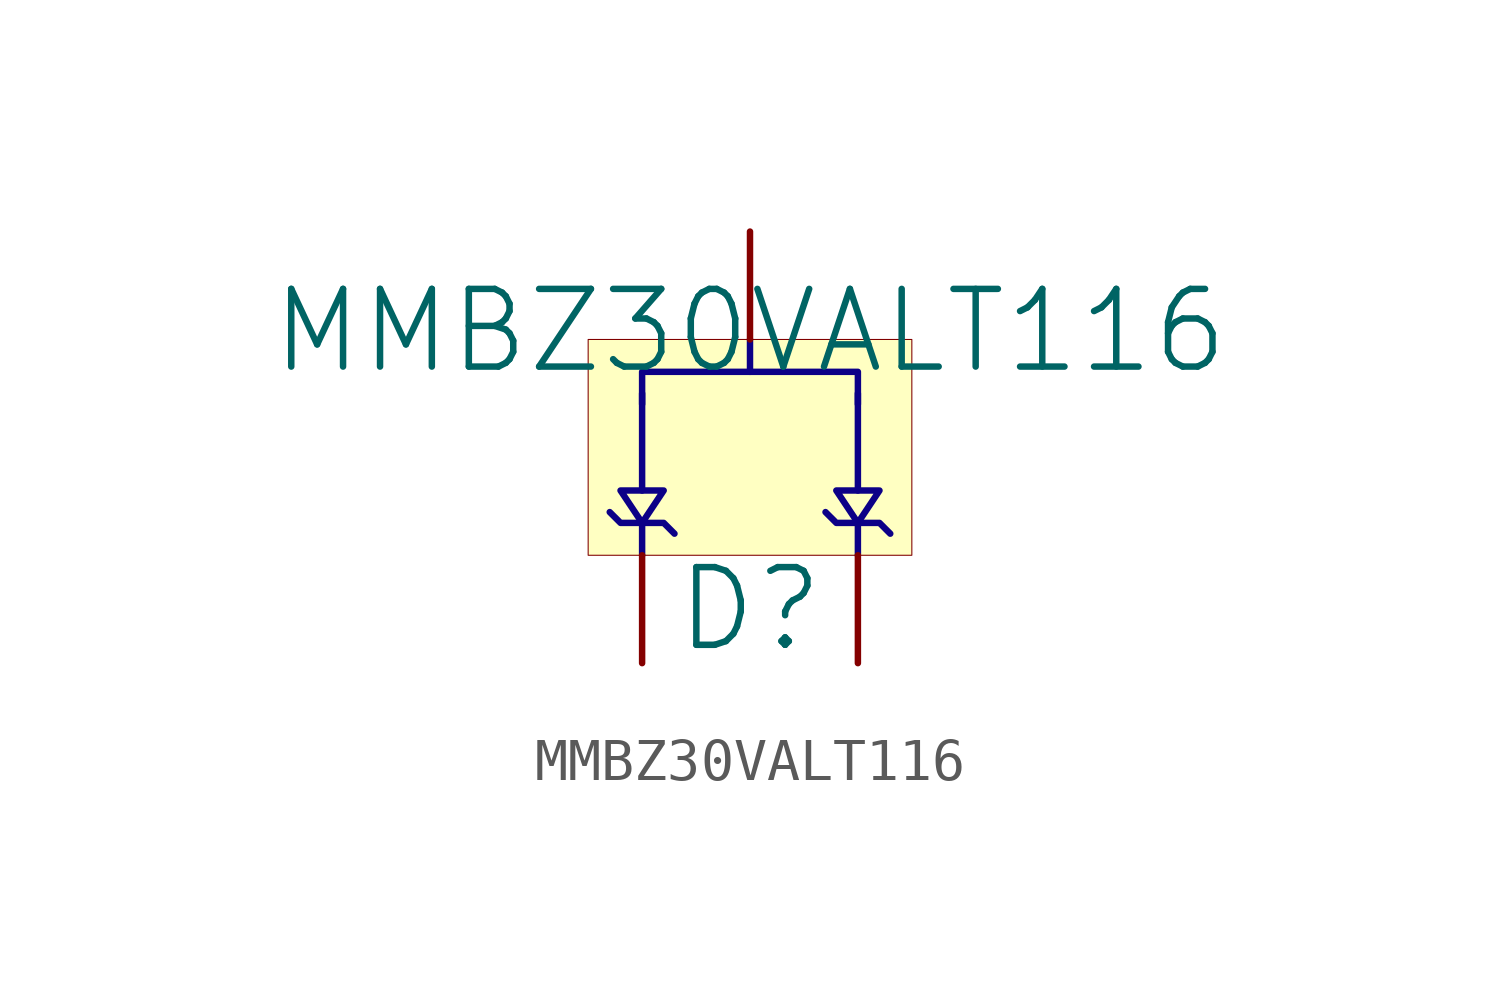
<source format=kicad_sym>
(kicad_symbol_lib
  (version 20241209)
  (generator "kicad_symbol_editor")
  (generator_version "9.0")
  (symbol "MMBZ30VALT116"
    (pin_numbers
      (hide yes))
    (pin_names
      (hide yes))
    (property "Reference" "D"
      (at 0 -3.81 0)
      (effects (font (size 1.829 1.829))))
    (property "Value" "MMBZ30VALT116"
      (at 0 3.81 0)
      (effects (font (size 1.829 1.829)) (justify top)))
    (symbol "MMBZ30VALT116_1_0"
      (polyline (pts (xy -3.302 -1.524) (xy -3.048 -1.778) (xy -2.032 -1.778) (xy -1.778 -2.032)) (stroke (width 0) (type solid) (color 12 0 135 1)) (fill (type none)))
      (polyline (pts (xy -3.048 -1.016) (xy -2.54 -1.778) (xy -2.032 -1.016) (xy -3.048 -1.016)) (stroke (width 0) (type solid) (color 12 0 135 1)) (fill (type none)))
      (polyline (pts (xy -2.54 -1.016) (xy -2.54 1.27)) (stroke (width 0) (type solid) (color 12 0 135 1)) (fill (type none)))
      (polyline (pts (xy -2.54 -2.54) (xy -2.54 -1.778)) (stroke (width 0) (type solid) (color 12 0 135 1)) (fill (type none)))
      (polyline (pts (xy 0 1.778) (xy 0 2.54)) (stroke (width 0) (type solid) (color 12 0 135 1)) (fill (type none)))
      (polyline (pts (xy 1.778 -1.524) (xy 2.032 -1.778) (xy 3.048 -1.778) (xy 3.302 -2.032)) (stroke (width 0) (type solid) (color 12 0 135 1)) (fill (type none)))
      (polyline (pts (xy 2.032 -1.016) (xy 2.54 -1.778) (xy 3.048 -1.016) (xy 2.032 -1.016)) (stroke (width 0) (type solid) (color 12 0 135 1)) (fill (type none)))
      (polyline (pts (xy 2.54 1.016) (xy 2.54 1.778) (xy -2.54 1.778) (xy -2.54 1.016)) (stroke (width 0) (type solid) (color 12 0 135 1)) (fill (type none)))
      (polyline (pts (xy 2.54 -1.016) (xy 2.54 1.27)) (stroke (width 0) (type solid) (color 12 0 135 1)) (fill (type none)))
      (polyline (pts (xy 2.54 -2.54) (xy 2.54 -1.778)) (stroke (width 0) (type solid) (color 12 0 135 1)) (fill (type none)))
      (rectangle (start 3.81 2.54) (end -3.81 -2.54) (stroke (width 0.025) (type solid) (color 128 0 0 1)) (fill (type background)))
      (pin passive line (at -2.54 -5.08 90) (length 2.54) (name "Anode_1" (effects (font (size 1.27 1.27)))) (number "1" (effects (font (size 1.27 1.27)))))
      (pin passive line (at 0 5.08 270) (length 2.54) (name "Cathode" (effects (font (size 1.27 1.27)))) (number "3" (effects (font (size 1.27 1.27)))))
      (pin passive line (at 2.54 -5.08 90) (length 2.54) (name "Anode_2" (effects (font (size 1.27 1.27)))) (number "2" (effects (font (size 1.27 1.27))))))))
</source>
